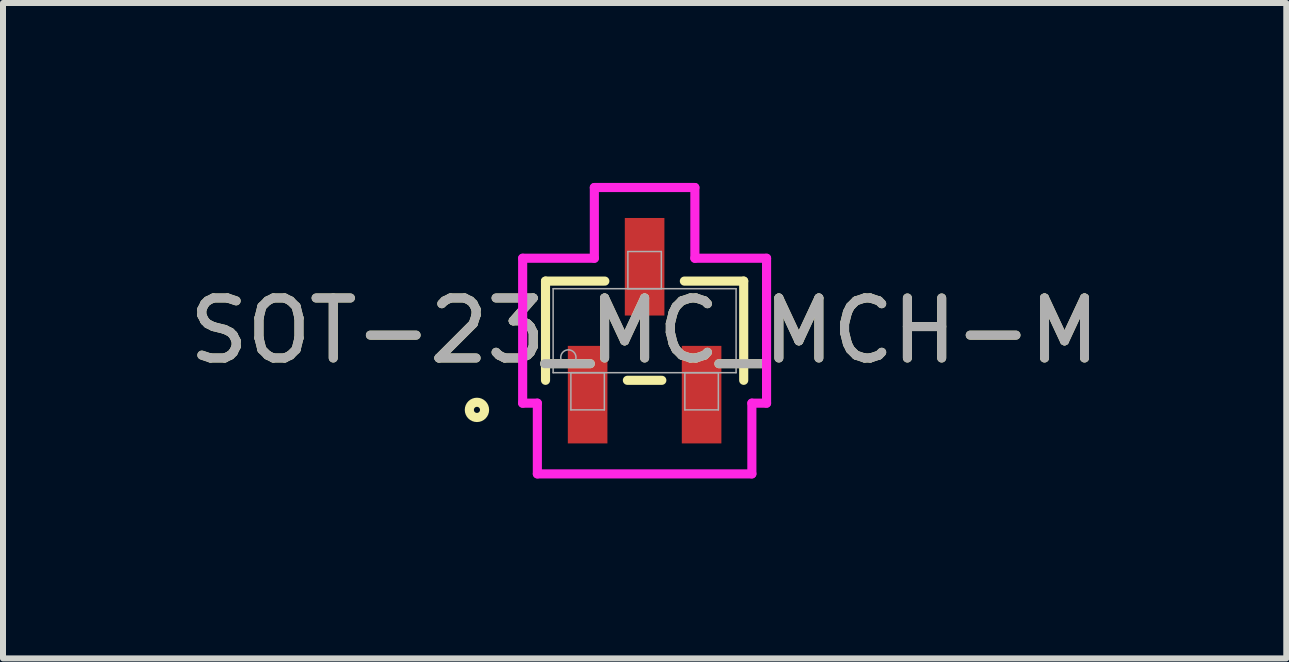
<source format=kicad_pcb>
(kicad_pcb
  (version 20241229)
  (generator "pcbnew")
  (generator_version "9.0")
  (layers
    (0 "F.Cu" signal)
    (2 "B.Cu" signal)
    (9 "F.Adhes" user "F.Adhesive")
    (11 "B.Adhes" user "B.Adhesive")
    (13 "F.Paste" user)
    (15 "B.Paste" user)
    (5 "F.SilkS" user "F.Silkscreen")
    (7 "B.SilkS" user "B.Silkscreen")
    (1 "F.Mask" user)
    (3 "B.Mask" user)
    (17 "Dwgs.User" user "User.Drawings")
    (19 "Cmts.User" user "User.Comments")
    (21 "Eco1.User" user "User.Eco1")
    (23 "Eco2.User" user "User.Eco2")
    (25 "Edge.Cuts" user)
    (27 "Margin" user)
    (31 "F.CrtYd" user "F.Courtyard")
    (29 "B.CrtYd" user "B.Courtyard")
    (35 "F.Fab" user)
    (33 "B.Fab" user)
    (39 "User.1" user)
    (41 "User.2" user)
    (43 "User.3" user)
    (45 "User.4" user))
  (footprint "SOT-23_MC_MCH-M"
    (layer "F.Cu")
    (at 7.696 2.463)
    (property "Reference" "SOT-23_MC_MCH-M" (at 0 0 0) (unlocked yes) (layer "F.SilkS") (effects (font (size 1 1) (thickness 0.15))))
    (attr smd)
    (fp_line (start -1.652 -0.827) (end -1.652 0.827) (stroke (width 0.152) (type solid)) (layer "F.SilkS"))
    (fp_line (start -0.663 -0.827) (end -1.652 -0.827) (stroke (width 0.152) (type solid)) (layer "F.SilkS"))
    (fp_line (start -0.287 0.827) (end 0.287 0.827) (stroke (width 0.152) (type solid)) (layer "F.SilkS"))
    (fp_line (start 1.652 -0.827) (end 0.663 -0.827) (stroke (width 0.152) (type solid)) (layer "F.SilkS"))
    (fp_line (start 1.652 0.827) (end 1.652 -0.827) (stroke (width 0.152) (type solid)) (layer "F.SilkS"))
    (fp_circle (center -2.795 1.32) (end -2.668 1.32) (stroke (width 0.152) (type solid)) (fill no) (layer "F.SilkS"))
    (fp_line (start -2.033 -1.208) (end -0.838 -1.208) (stroke (width 0.152) (type solid)) (layer "F.CrtYd"))
    (fp_line (start -2.033 1.208) (end -2.033 -1.208) (stroke (width 0.152) (type solid)) (layer "F.CrtYd"))
    (fp_line (start -2.033 1.208) (end -1.788 1.208) (stroke (width 0.152) (type solid)) (layer "F.CrtYd"))
    (fp_line (start -1.788 1.208) (end -1.788 2.387) (stroke (width 0.152) (type solid)) (layer "F.CrtYd"))
    (fp_line (start -1.788 2.387) (end 1.788 2.387) (stroke (width 0.152) (type solid)) (layer "F.CrtYd"))
    (fp_line (start -0.838 -2.387) (end 0.838 -2.387) (stroke (width 0.152) (type solid)) (layer "F.CrtYd"))
    (fp_line (start -0.838 -1.208) (end -0.838 -2.387) (stroke (width 0.152) (type solid)) (layer "F.CrtYd"))
    (fp_line (start 0.838 -1.208) (end 0.838 -2.387) (stroke (width 0.152) (type solid)) (layer "F.CrtYd"))
    (fp_line (start 1.788 1.208) (end 1.788 2.387) (stroke (width 0.152) (type solid)) (layer "F.CrtYd"))
    (fp_line (start 2.033 -1.208) (end 0.838 -1.208) (stroke (width 0.152) (type solid)) (layer "F.CrtYd"))
    (fp_line (start 2.033 -1.208) (end 2.033 1.208) (stroke (width 0.152) (type solid)) (layer "F.CrtYd"))
    (fp_line (start 2.033 1.208) (end 1.788 1.208) (stroke (width 0.152) (type solid)) (layer "F.CrtYd"))
    (fp_line (start -1.525 -0.7) (end -1.525 0.7) (stroke (width 0.025) (type solid)) (layer "F.Fab"))
    (fp_line (start -1.525 0.7) (end 1.525 0.7) (stroke (width 0.025) (type solid)) (layer "F.Fab"))
    (fp_line (start -1.229 0.7) (end -1.229 1.32) (stroke (width 0.025) (type solid)) (layer "F.Fab"))
    (fp_line (start -1.229 1.32) (end -0.671 1.32) (stroke (width 0.025) (type solid)) (layer "F.Fab"))
    (fp_line (start -0.671 0.7) (end -1.229 0.7) (stroke (width 0.025) (type solid)) (layer "F.Fab"))
    (fp_line (start -0.671 1.32) (end -0.671 0.7) (stroke (width 0.025) (type solid)) (layer "F.Fab"))
    (fp_line (start -0.279 -1.32) (end -0.279 -0.7) (stroke (width 0.025) (type solid)) (layer "F.Fab"))
    (fp_line (start -0.279 -0.7) (end 0.279 -0.7) (stroke (width 0.025) (type solid)) (layer "F.Fab"))
    (fp_line (start 0.279 -1.32) (end -0.279 -1.32) (stroke (width 0.025) (type solid)) (layer "F.Fab"))
    (fp_line (start 0.279 -0.7) (end 0.279 -1.32) (stroke (width 0.025) (type solid)) (layer "F.Fab"))
    (fp_line (start 0.671 0.7) (end 0.671 1.32) (stroke (width 0.025) (type solid)) (layer "F.Fab"))
    (fp_line (start 0.671 1.32) (end 1.229 1.32) (stroke (width 0.025) (type solid)) (layer "F.Fab"))
    (fp_line (start 1.229 0.7) (end 0.671 0.7) (stroke (width 0.025) (type solid)) (layer "F.Fab"))
    (fp_line (start 1.229 1.32) (end 1.229 0.7) (stroke (width 0.025) (type solid)) (layer "F.Fab"))
    (fp_line (start 1.525 -0.7) (end -1.525 -0.7) (stroke (width 0.025) (type solid)) (layer "F.Fab"))
    (fp_line (start 1.525 0.7) (end 1.525 -0.7) (stroke (width 0.025) (type solid)) (layer "F.Fab"))
    (fp_circle (center -1.271 0.446) (end -1.144 0.446) (stroke (width 0.025) (type solid)) (fill no) (layer "F.Fab"))
    (fp_text user "${REFERENCE}" (at 0 0 0) (unlocked yes) (layer "F.Fab") (effects (font (size 1 1) (thickness 0.15))))
    (pad "1" smd rect (at -0.95 1.066) (size 0.66 1.626) (layers "F.Cu" "F.Mask" "F.Paste"))
    (pad "2" smd rect (at 0.95 1.066) (size 0.66 1.626) (layers "F.Cu" "F.Mask" "F.Paste"))
    (pad "3" smd rect (at 0 -1.066) (size 0.66 1.626) (layers "F.Cu" "F.Mask" "F.Paste")))
  (gr_rect
    (start -3 -3)
    (end 18.393 7.926)
    (stroke (width 0.1) (type default))
    (fill no)
    (layer "Edge.Cuts")))
</source>
